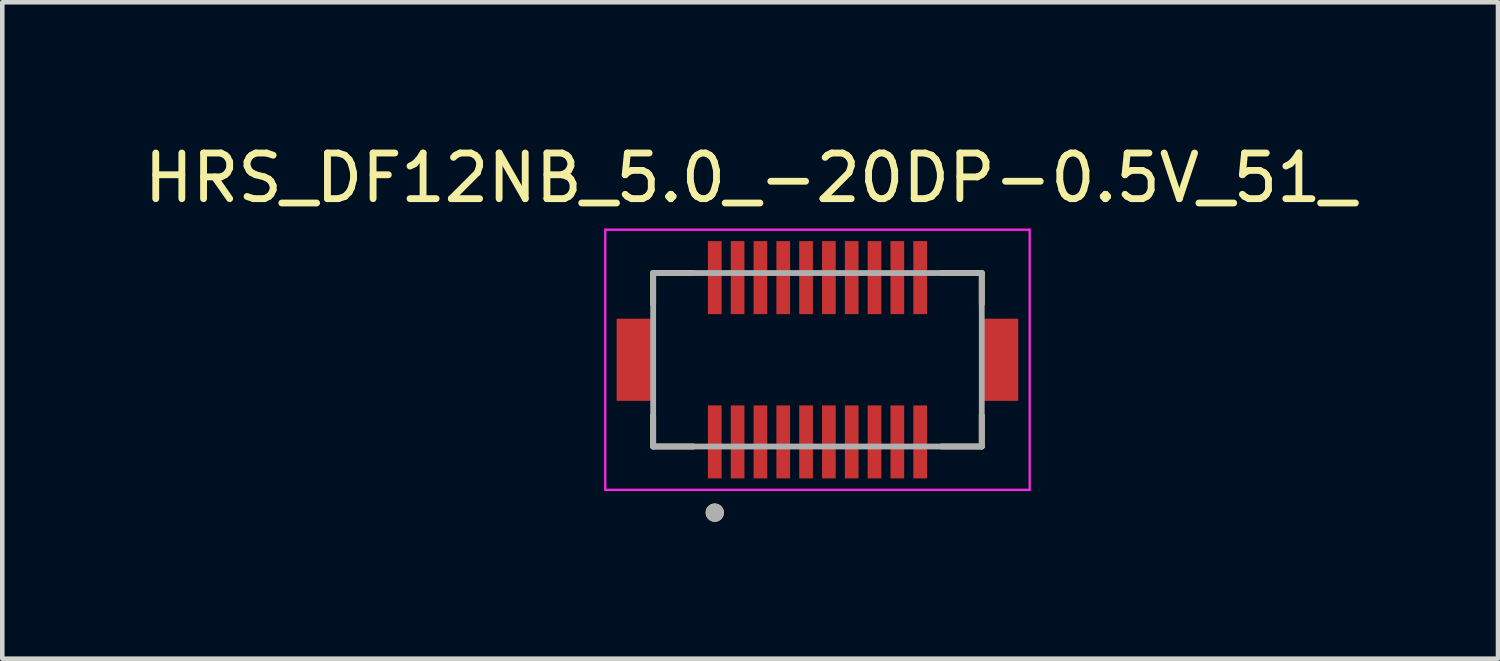
<source format=kicad_pcb>
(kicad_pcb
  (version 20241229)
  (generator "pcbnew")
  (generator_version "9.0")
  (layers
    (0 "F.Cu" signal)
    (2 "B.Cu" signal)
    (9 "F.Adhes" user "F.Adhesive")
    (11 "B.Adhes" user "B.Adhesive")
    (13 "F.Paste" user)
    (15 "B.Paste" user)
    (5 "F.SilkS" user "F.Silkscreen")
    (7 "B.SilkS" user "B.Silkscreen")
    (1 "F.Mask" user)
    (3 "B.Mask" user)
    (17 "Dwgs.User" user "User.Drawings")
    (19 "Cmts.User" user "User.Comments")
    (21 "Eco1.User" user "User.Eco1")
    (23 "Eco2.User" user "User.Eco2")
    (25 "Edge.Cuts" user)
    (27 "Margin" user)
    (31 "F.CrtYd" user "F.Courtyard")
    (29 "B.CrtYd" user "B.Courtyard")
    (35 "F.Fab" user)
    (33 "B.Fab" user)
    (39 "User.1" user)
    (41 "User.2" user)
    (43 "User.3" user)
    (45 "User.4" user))
  (footprint "HRS_DF12NB_5.0_-20DP-0.5V_51_"
    (layer "F.Cu")
    (at 14.862 4.833)
    (property "Reference" "HRS_DF12NB_5.0_-20DP-0.5V_51_" (at -1.475 -3.985 0) (layer "F.SilkS") (effects (font (size 1 1) (thickness 0.15))))
    (attr smd)
    (fp_poly (pts (xy -2.45 -2.65) (xy -2.05 -2.65) (xy -2.05 -0.95) (xy -2.45 -0.95)) (stroke (width 0.01) (type solid)) (fill yes) (layer "F.Mask"))
    (fp_poly (pts (xy -2.45 0.95) (xy -2.05 0.95) (xy -2.05 2.65) (xy -2.45 2.65)) (stroke (width 0.01) (type solid)) (fill yes) (layer "F.Mask"))
    (fp_poly (pts (xy -1.95 -2.65) (xy -1.55 -2.65) (xy -1.55 -0.95) (xy -1.95 -0.95)) (stroke (width 0.01) (type solid)) (fill yes) (layer "F.Mask"))
    (fp_poly (pts (xy -1.95 0.95) (xy -1.55 0.95) (xy -1.55 2.65) (xy -1.95 2.65)) (stroke (width 0.01) (type solid)) (fill yes) (layer "F.Mask"))
    (fp_poly (pts (xy -1.45 -2.65) (xy -1.05 -2.65) (xy -1.05 -0.95) (xy -1.45 -0.95)) (stroke (width 0.01) (type solid)) (fill yes) (layer "F.Mask"))
    (fp_poly (pts (xy -1.45 0.95) (xy -1.05 0.95) (xy -1.05 2.65) (xy -1.45 2.65)) (stroke (width 0.01) (type solid)) (fill yes) (layer "F.Mask"))
    (fp_poly (pts (xy -0.95 -2.65) (xy -0.55 -2.65) (xy -0.55 -0.95) (xy -0.95 -0.95)) (stroke (width 0.01) (type solid)) (fill yes) (layer "F.Mask"))
    (fp_poly (pts (xy -0.95 0.95) (xy -0.55 0.95) (xy -0.55 2.65) (xy -0.95 2.65)) (stroke (width 0.01) (type solid)) (fill yes) (layer "F.Mask"))
    (fp_poly (pts (xy -0.45 -2.65) (xy -0.05 -2.65) (xy -0.05 -0.95) (xy -0.45 -0.95)) (stroke (width 0.01) (type solid)) (fill yes) (layer "F.Mask"))
    (fp_poly (pts (xy -0.45 0.95) (xy -0.05 0.95) (xy -0.05 2.65) (xy -0.45 2.65)) (stroke (width 0.01) (type solid)) (fill yes) (layer "F.Mask"))
    (fp_poly (pts (xy 0.05 -2.65) (xy 0.45 -2.65) (xy 0.45 -0.95) (xy 0.05 -0.95)) (stroke (width 0.01) (type solid)) (fill yes) (layer "F.Mask"))
    (fp_poly (pts (xy 0.05 0.95) (xy 0.45 0.95) (xy 0.45 2.65) (xy 0.05 2.65)) (stroke (width 0.01) (type solid)) (fill yes) (layer "F.Mask"))
    (fp_poly (pts (xy 0.55 -2.65) (xy 0.95 -2.65) (xy 0.95 -0.95) (xy 0.55 -0.95)) (stroke (width 0.01) (type solid)) (fill yes) (layer "F.Mask"))
    (fp_poly (pts (xy 0.55 0.95) (xy 0.95 0.95) (xy 0.95 2.65) (xy 0.55 2.65)) (stroke (width 0.01) (type solid)) (fill yes) (layer "F.Mask"))
    (fp_poly (pts (xy 1.05 -2.65) (xy 1.45 -2.65) (xy 1.45 -0.95) (xy 1.05 -0.95)) (stroke (width 0.01) (type solid)) (fill yes) (layer "F.Mask"))
    (fp_poly (pts (xy 1.05 0.95) (xy 1.45 0.95) (xy 1.45 2.65) (xy 1.05 2.65)) (stroke (width 0.01) (type solid)) (fill yes) (layer "F.Mask"))
    (fp_poly (pts (xy 1.55 -2.65) (xy 1.95 -2.65) (xy 1.95 -0.95) (xy 1.55 -0.95)) (stroke (width 0.01) (type solid)) (fill yes) (layer "F.Mask"))
    (fp_poly (pts (xy 1.55 0.95) (xy 1.95 0.95) (xy 1.95 2.65) (xy 1.55 2.65)) (stroke (width 0.01) (type solid)) (fill yes) (layer "F.Mask"))
    (fp_poly (pts (xy 2.05 -2.65) (xy 2.45 -2.65) (xy 2.45 -0.95) (xy 2.05 -0.95)) (stroke (width 0.01) (type solid)) (fill yes) (layer "F.Mask"))
    (fp_poly (pts (xy 2.05 0.95) (xy 2.45 0.95) (xy 2.45 2.65) (xy 2.05 2.65)) (stroke (width 0.01) (type solid)) (fill yes) (layer "F.Mask"))
    (fp_line (start -3.6 -1.9) (end -2.72 -1.9) (stroke (width 0.127) (type solid)) (layer "F.SilkS"))
    (fp_line (start -3.6 -1.22) (end -3.6 -1.9) (stroke (width 0.127) (type solid)) (layer "F.SilkS"))
    (fp_line (start -3.6 1.9) (end -3.6 1.22) (stroke (width 0.127) (type solid)) (layer "F.SilkS"))
    (fp_line (start -2.72 1.9) (end -3.6 1.9) (stroke (width 0.127) (type solid)) (layer "F.SilkS"))
    (fp_line (start 2.72 -1.9) (end 3.6 -1.9) (stroke (width 0.127) (type solid)) (layer "F.SilkS"))
    (fp_line (start 3.6 -1.9) (end 3.6 -1.22) (stroke (width 0.127) (type solid)) (layer "F.SilkS"))
    (fp_line (start 3.6 1.9) (end 2.72 1.9) (stroke (width 0.127) (type solid)) (layer "F.SilkS"))
    (fp_line (start 3.6 1.9) (end 3.6 1.22) (stroke (width 0.127) (type solid)) (layer "F.SilkS"))
    (fp_circle (center -2.25 3.35) (end -2.15 3.35) (stroke (width 0.2) (type solid)) (fill no) (layer "F.SilkS"))
    (fp_poly (pts (xy -2.39 -2.6) (xy -2.11 -2.6) (xy -2.11 -1.4) (xy -2.39 -1.4)) (stroke (width 0.01) (type solid)) (fill yes) (layer "F.Paste"))
    (fp_poly (pts (xy -2.39 1.4) (xy -2.11 1.4) (xy -2.11 2.6) (xy -2.39 2.6)) (stroke (width 0.01) (type solid)) (fill yes) (layer "F.Paste"))
    (fp_poly (pts (xy -1.89 -2.6) (xy -1.61 -2.6) (xy -1.61 -1.4) (xy -1.89 -1.4)) (stroke (width 0.01) (type solid)) (fill yes) (layer "F.Paste"))
    (fp_poly (pts (xy -1.89 1.4) (xy -1.61 1.4) (xy -1.61 2.6) (xy -1.89 2.6)) (stroke (width 0.01) (type solid)) (fill yes) (layer "F.Paste"))
    (fp_poly (pts (xy -1.39 -2.6) (xy -1.11 -2.6) (xy -1.11 -1.4) (xy -1.39 -1.4)) (stroke (width 0.01) (type solid)) (fill yes) (layer "F.Paste"))
    (fp_poly (pts (xy -1.39 1.4) (xy -1.11 1.4) (xy -1.11 2.6) (xy -1.39 2.6)) (stroke (width 0.01) (type solid)) (fill yes) (layer "F.Paste"))
    (fp_poly (pts (xy -0.89 -2.6) (xy -0.61 -2.6) (xy -0.61 -1.4) (xy -0.89 -1.4)) (stroke (width 0.01) (type solid)) (fill yes) (layer "F.Paste"))
    (fp_poly (pts (xy -0.89 1.4) (xy -0.61 1.4) (xy -0.61 2.6) (xy -0.89 2.6)) (stroke (width 0.01) (type solid)) (fill yes) (layer "F.Paste"))
    (fp_poly (pts (xy -0.39 -2.6) (xy -0.11 -2.6) (xy -0.11 -1.4) (xy -0.39 -1.4)) (stroke (width 0.01) (type solid)) (fill yes) (layer "F.Paste"))
    (fp_poly (pts (xy -0.39 1.4) (xy -0.11 1.4) (xy -0.11 2.6) (xy -0.39 2.6)) (stroke (width 0.01) (type solid)) (fill yes) (layer "F.Paste"))
    (fp_poly (pts (xy 0.11 -2.6) (xy 0.39 -2.6) (xy 0.39 -1.4) (xy 0.11 -1.4)) (stroke (width 0.01) (type solid)) (fill yes) (layer "F.Paste"))
    (fp_poly (pts (xy 0.11 1.4) (xy 0.39 1.4) (xy 0.39 2.6) (xy 0.11 2.6)) (stroke (width 0.01) (type solid)) (fill yes) (layer "F.Paste"))
    (fp_poly (pts (xy 0.61 -2.6) (xy 0.89 -2.6) (xy 0.89 -1.4) (xy 0.61 -1.4)) (stroke (width 0.01) (type solid)) (fill yes) (layer "F.Paste"))
    (fp_poly (pts (xy 0.61 1.4) (xy 0.89 1.4) (xy 0.89 2.6) (xy 0.61 2.6)) (stroke (width 0.01) (type solid)) (fill yes) (layer "F.Paste"))
    (fp_poly (pts (xy 1.11 -2.6) (xy 1.39 -2.6) (xy 1.39 -1.4) (xy 1.11 -1.4)) (stroke (width 0.01) (type solid)) (fill yes) (layer "F.Paste"))
    (fp_poly (pts (xy 1.11 1.4) (xy 1.39 1.4) (xy 1.39 2.6) (xy 1.11 2.6)) (stroke (width 0.01) (type solid)) (fill yes) (layer "F.Paste"))
    (fp_poly (pts (xy 1.61 -2.6) (xy 1.89 -2.6) (xy 1.89 -1.4) (xy 1.61 -1.4)) (stroke (width 0.01) (type solid)) (fill yes) (layer "F.Paste"))
    (fp_poly (pts (xy 1.61 1.4) (xy 1.89 1.4) (xy 1.89 2.6) (xy 1.61 2.6)) (stroke (width 0.01) (type solid)) (fill yes) (layer "F.Paste"))
    (fp_poly (pts (xy 2.11 -2.6) (xy 2.39 -2.6) (xy 2.39 -1.4) (xy 2.11 -1.4)) (stroke (width 0.01) (type solid)) (fill yes) (layer "F.Paste"))
    (fp_poly (pts (xy 2.11 1.4) (xy 2.39 1.4) (xy 2.39 2.6) (xy 2.11 2.6)) (stroke (width 0.01) (type solid)) (fill yes) (layer "F.Paste"))
    (fp_line (start -4.65 -2.85) (end -4.65 2.85) (stroke (width 0.05) (type solid)) (layer "F.CrtYd"))
    (fp_line (start -4.65 2.85) (end 4.65 2.85) (stroke (width 0.05) (type solid)) (layer "F.CrtYd"))
    (fp_line (start 4.65 -2.85) (end -4.65 -2.85) (stroke (width 0.05) (type solid)) (layer "F.CrtYd"))
    (fp_line (start 4.65 2.85) (end 4.65 -2.85) (stroke (width 0.05) (type solid)) (layer "F.CrtYd"))
    (fp_line (start -3.6 -1.9) (end 3.6 -1.9) (stroke (width 0.127) (type solid)) (layer "F.Fab"))
    (fp_line (start -3.6 1.9) (end -3.6 -1.9) (stroke (width 0.127) (type solid)) (layer "F.Fab"))
    (fp_line (start 3.6 -1.9) (end 3.6 1.9) (stroke (width 0.127) (type solid)) (layer "F.Fab"))
    (fp_line (start 3.6 1.9) (end -3.6 1.9) (stroke (width 0.127) (type solid)) (layer "F.Fab"))
    (fp_circle (center -2.25 3.35) (end -2.15 3.35) (stroke (width 0.2) (type solid)) (fill no) (layer "F.Fab"))
    (pad "1" smd rect (at -2.25 1.8) (size 0.3 1.6) (layers "F.Cu"))
    (pad "2" smd rect (at -2.25 -1.8) (size 0.3 1.6) (layers "F.Cu"))
    (pad "3" smd rect (at -1.75 1.8) (size 0.3 1.6) (layers "F.Cu"))
    (pad "4" smd rect (at -1.75 -1.8) (size 0.3 1.6) (layers "F.Cu"))
    (pad "5" smd rect (at -1.25 1.8) (size 0.3 1.6) (layers "F.Cu"))
    (pad "6" smd rect (at -1.25 -1.8) (size 0.3 1.6) (layers "F.Cu"))
    (pad "7" smd rect (at -0.75 1.8) (size 0.3 1.6) (layers "F.Cu"))
    (pad "8" smd rect (at -0.75 -1.8) (size 0.3 1.6) (layers "F.Cu"))
    (pad "9" smd rect (at -0.25 1.8) (size 0.3 1.6) (layers "F.Cu"))
    (pad "10" smd rect (at -0.25 -1.8) (size 0.3 1.6) (layers "F.Cu"))
    (pad "11" smd rect (at 0.25 1.8) (size 0.3 1.6) (layers "F.Cu"))
    (pad "12" smd rect (at 0.25 -1.8) (size 0.3 1.6) (layers "F.Cu"))
    (pad "13" smd rect (at 0.75 1.8) (size 0.3 1.6) (layers "F.Cu"))
    (pad "14" smd rect (at 0.75 -1.8) (size 0.3 1.6) (layers "F.Cu"))
    (pad "15" smd rect (at 1.25 1.8) (size 0.3 1.6) (layers "F.Cu"))
    (pad "16" smd rect (at 1.25 -1.8) (size 0.3 1.6) (layers "F.Cu"))
    (pad "17" smd rect (at 1.75 1.8) (size 0.3 1.6) (layers "F.Cu"))
    (pad "18" smd rect (at 1.75 -1.8) (size 0.3 1.6) (layers "F.Cu"))
    (pad "19" smd rect (at 2.25 1.8) (size 0.3 1.6) (layers "F.Cu"))
    (pad "20" smd rect (at 2.25 -1.8) (size 0.3 1.6) (layers "F.Cu"))
    (pad "S1" smd rect (at -4 0) (size 0.8 1.8) (layers "F.Cu" "F.Mask" "F.Paste"))
    (pad "S2" smd rect (at 4 0) (size 0.8 1.8) (layers "F.Cu" "F.Mask" "F.Paste"))
    (zone (net_name "") (layer "F.Cu") (hatch full 0.508) (connect_pads) (min_thickness 0.01) (filled_areas_thickness no) (keepout (tracks not_allowed) (vias not_allowed) (pads not_allowed) (copperpour not_allowed) (footprints allowed)) (placement (enabled no)) (fill) (polygon (pts (xy 11.262 3.833) (xy 18.462 3.833) (xy 18.462 5.833) (xy 11.262 5.833))))
    (zone (net_name "") (layers "F.Cu" "B.Cu") (hatch full 0.508) (connect_pads) (min_thickness 0.01) (filled_areas_thickness no) (keepout (tracks allowed) (vias not_allowed) (pads allowed) (copperpour allowed) (footprints allowed)) (placement (enabled no)) (fill) (polygon (pts (xy 11.262 3.833) (xy 18.462 3.833) (xy 18.462 5.833) (xy 11.262 5.833)))))
  (gr_rect
    (start -3 -3)
    (end 29.774 11.383)
    (stroke (width 0.1) (type default))
    (fill no)
    (layer "Edge.Cuts")))
</source>
